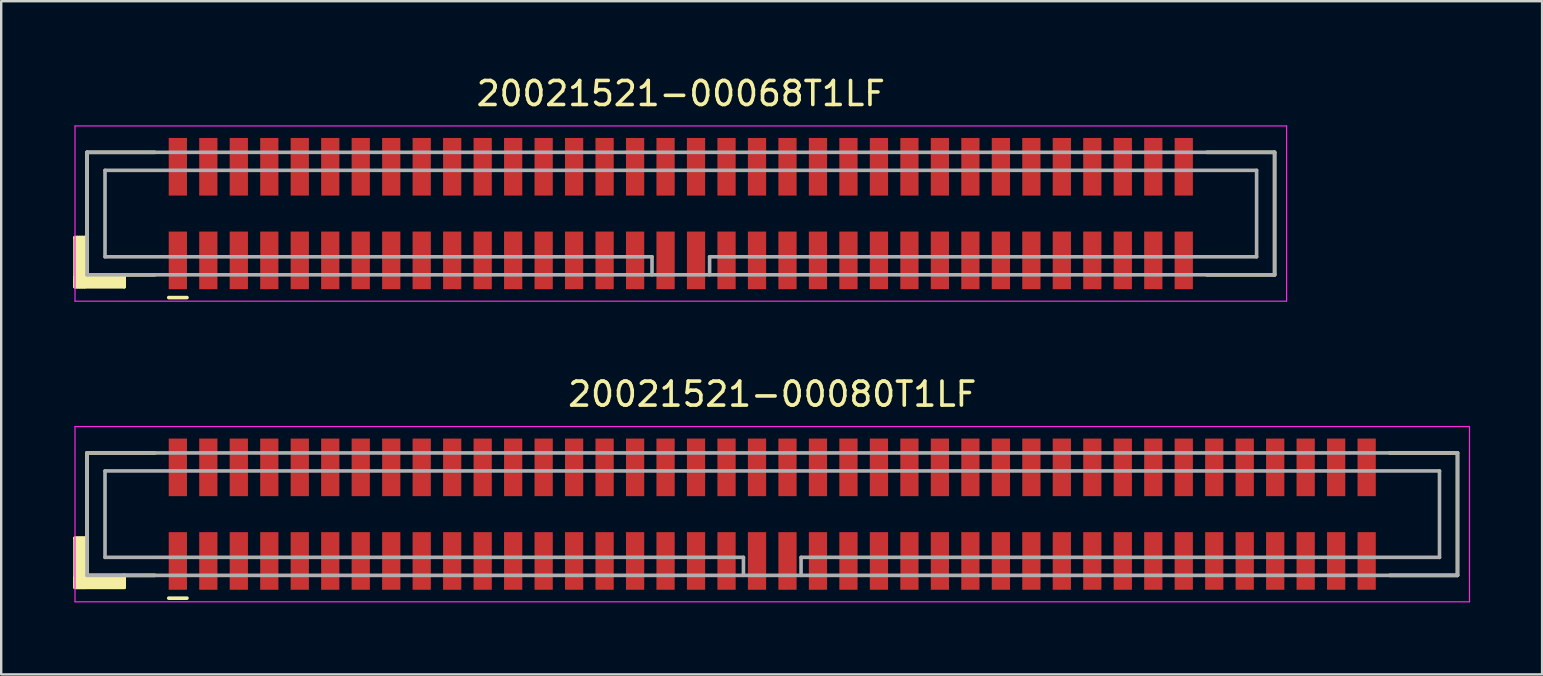
<source format=kicad_pcb>
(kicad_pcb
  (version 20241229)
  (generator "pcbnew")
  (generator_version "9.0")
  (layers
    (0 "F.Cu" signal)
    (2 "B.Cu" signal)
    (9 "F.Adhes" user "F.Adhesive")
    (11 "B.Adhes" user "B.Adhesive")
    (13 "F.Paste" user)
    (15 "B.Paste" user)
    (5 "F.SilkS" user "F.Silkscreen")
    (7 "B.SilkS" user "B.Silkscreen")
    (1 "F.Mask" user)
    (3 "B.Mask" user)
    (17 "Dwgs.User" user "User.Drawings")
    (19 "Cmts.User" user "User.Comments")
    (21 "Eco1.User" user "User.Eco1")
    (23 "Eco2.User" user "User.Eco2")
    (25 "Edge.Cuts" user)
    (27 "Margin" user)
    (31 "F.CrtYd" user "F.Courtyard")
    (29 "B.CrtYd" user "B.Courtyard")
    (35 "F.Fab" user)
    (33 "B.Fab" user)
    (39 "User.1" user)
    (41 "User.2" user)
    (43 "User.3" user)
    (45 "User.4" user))
  (footprint "20021521-00080T1LF"
    (layer "F.Cu")
    (at 29.125 18.372)
    (property "Reference" "20021521-00080T1LF" (at 0 -5 0) (layer "F.SilkS") (effects (font (size 1 1) (thickness 0.15))))
    (attr smd)
    (fp_line (start -29.05 1) (end -29.05 3.05) (stroke (width 0.15) (type solid)) (layer "F.SilkS"))
    (fp_line (start -29.05 1) (end -28.575 1) (stroke (width 0.15) (type solid)) (layer "F.SilkS"))
    (fp_line (start -29.05 2.65) (end -27 2.65) (stroke (width 0.15) (type solid)) (layer "F.SilkS"))
    (fp_line (start -29.05 2.75) (end -27 2.75) (stroke (width 0.15) (type solid)) (layer "F.SilkS"))
    (fp_line (start -29.05 2.85) (end -27 2.85) (stroke (width 0.15) (type solid)) (layer "F.SilkS"))
    (fp_line (start -29.05 2.95) (end -27 2.95) (stroke (width 0.15) (type solid)) (layer "F.SilkS"))
    (fp_line (start -29.05 3.05) (end -27 3.05) (stroke (width 0.15) (type solid)) (layer "F.SilkS"))
    (fp_line (start -28.95 1) (end -28.95 3.05) (stroke (width 0.15) (type solid)) (layer "F.SilkS"))
    (fp_line (start -28.85 1) (end -28.85 3.05) (stroke (width 0.15) (type solid)) (layer "F.SilkS"))
    (fp_line (start -28.75 1) (end -28.75 3.05) (stroke (width 0.15) (type solid)) (layer "F.SilkS"))
    (fp_line (start -28.65 1) (end -28.65 3.05) (stroke (width 0.15) (type solid)) (layer "F.SilkS"))
    (fp_line (start -28.55 -2.55) (end -28.55 2.55) (stroke (width 0.15) (type solid)) (layer "F.SilkS"))
    (fp_line (start -28.55 -2.55) (end -25.725 -2.55) (stroke (width 0.15) (type solid)) (layer "F.SilkS"))
    (fp_line (start -28.55 2.55) (end -25.725 2.55) (stroke (width 0.15) (type solid)) (layer "F.SilkS"))
    (fp_line (start -27 2.55) (end -27 3.05) (stroke (width 0.15) (type solid)) (layer "F.SilkS"))
    (fp_line (start -25.145 3.5) (end -24.385 3.5) (stroke (width 0.15) (type solid)) (layer "F.SilkS"))
    (fp_line (start 25.725 -2.55) (end 28.55 -2.55) (stroke (width 0.15) (type solid)) (layer "F.SilkS"))
    (fp_line (start 25.725 2.55) (end 28.55 2.55) (stroke (width 0.15) (type solid)) (layer "F.SilkS"))
    (fp_line (start 28.55 -2.55) (end 28.55 2.55) (stroke (width 0.15) (type solid)) (layer "F.SilkS"))
    (fp_line (start -29.05 -3.65) (end -29.05 3.65) (stroke (width 0.05) (type solid)) (layer "F.CrtYd"))
    (fp_line (start -29.05 -3.65) (end 29.05 -3.65) (stroke (width 0.05) (type solid)) (layer "F.CrtYd"))
    (fp_line (start -29.05 3.65) (end 29.05 3.65) (stroke (width 0.05) (type solid)) (layer "F.CrtYd"))
    (fp_line (start 29.05 -3.65) (end 29.05 3.65) (stroke (width 0.05) (type solid)) (layer "F.CrtYd"))
    (fp_line (start -28.55 -2.55) (end -28.55 2.55) (stroke (width 0.15) (type solid)) (layer "F.Fab"))
    (fp_line (start -28.55 -2.55) (end 28.55 -2.55) (stroke (width 0.15) (type solid)) (layer "F.Fab"))
    (fp_line (start -28.55 2.55) (end 28.55 2.55) (stroke (width 0.15) (type solid)) (layer "F.Fab"))
    (fp_line (start -27.8 -1.8) (end -27.8 1.8) (stroke (width 0.15) (type solid)) (layer "F.Fab"))
    (fp_line (start -27.8 -1.8) (end 27.8 -1.8) (stroke (width 0.15) (type solid)) (layer "F.Fab"))
    (fp_line (start -27.8 1.8) (end -1.2 1.8) (stroke (width 0.15) (type solid)) (layer "F.Fab"))
    (fp_line (start -1.2 1.8) (end -1.2 2.55) (stroke (width 0.15) (type solid)) (layer "F.Fab"))
    (fp_line (start 1.2 1.8) (end 1.2 2.55) (stroke (width 0.15) (type solid)) (layer "F.Fab"))
    (fp_line (start 1.2 1.8) (end 27.8 1.8) (stroke (width 0.15) (type solid)) (layer "F.Fab"))
    (fp_line (start 27.8 -1.8) (end 27.8 1.8) (stroke (width 0.15) (type solid)) (layer "F.Fab"))
    (fp_line (start 28.55 -2.55) (end 28.55 2.55) (stroke (width 0.15) (type solid)) (layer "F.Fab"))
    (pad "1" smd rect (at -24.765 1.95) (size 0.76 2.4) (layers "F.Cu" "F.Mask" "F.Paste"))
    (pad "2" smd rect (at -24.765 -1.95) (size 0.76 2.4) (layers "F.Cu" "F.Mask" "F.Paste"))
    (pad "3" smd rect (at -23.495 1.95) (size 0.76 2.4) (layers "F.Cu" "F.Mask" "F.Paste"))
    (pad "4" smd rect (at -23.495 -1.95) (size 0.76 2.4) (layers "F.Cu" "F.Mask" "F.Paste"))
    (pad "5" smd rect (at -22.225 1.95) (size 0.76 2.4) (layers "F.Cu" "F.Mask" "F.Paste"))
    (pad "6" smd rect (at -22.225 -1.95) (size 0.76 2.4) (layers "F.Cu" "F.Mask" "F.Paste"))
    (pad "7" smd rect (at -20.955 1.95) (size 0.76 2.4) (layers "F.Cu" "F.Mask" "F.Paste"))
    (pad "8" smd rect (at -20.955 -1.95) (size 0.76 2.4) (layers "F.Cu" "F.Mask" "F.Paste"))
    (pad "9" smd rect (at -19.685 1.95) (size 0.76 2.4) (layers "F.Cu" "F.Mask" "F.Paste"))
    (pad "10" smd rect (at -19.685 -1.95) (size 0.76 2.4) (layers "F.Cu" "F.Mask" "F.Paste"))
    (pad "11" smd rect (at -18.415 1.95) (size 0.76 2.4) (layers "F.Cu" "F.Mask" "F.Paste"))
    (pad "12" smd rect (at -18.415 -1.95) (size 0.76 2.4) (layers "F.Cu" "F.Mask" "F.Paste"))
    (pad "13" smd rect (at -17.145 1.95) (size 0.76 2.4) (layers "F.Cu" "F.Mask" "F.Paste"))
    (pad "14" smd rect (at -17.145 -1.95) (size 0.76 2.4) (layers "F.Cu" "F.Mask" "F.Paste"))
    (pad "15" smd rect (at -15.875 1.95) (size 0.76 2.4) (layers "F.Cu" "F.Mask" "F.Paste"))
    (pad "16" smd rect (at -15.875 -1.95) (size 0.76 2.4) (layers "F.Cu" "F.Mask" "F.Paste"))
    (pad "17" smd rect (at -14.605 1.95) (size 0.76 2.4) (layers "F.Cu" "F.Mask" "F.Paste"))
    (pad "18" smd rect (at -14.605 -1.95) (size 0.76 2.4) (layers "F.Cu" "F.Mask" "F.Paste"))
    (pad "19" smd rect (at -13.335 1.95) (size 0.76 2.4) (layers "F.Cu" "F.Mask" "F.Paste"))
    (pad "20" smd rect (at -13.335 -1.95) (size 0.76 2.4) (layers "F.Cu" "F.Mask" "F.Paste"))
    (pad "21" smd rect (at -12.065 1.95) (size 0.76 2.4) (layers "F.Cu" "F.Mask" "F.Paste"))
    (pad "22" smd rect (at -12.065 -1.95) (size 0.76 2.4) (layers "F.Cu" "F.Mask" "F.Paste"))
    (pad "23" smd rect (at -10.795 1.95) (size 0.76 2.4) (layers "F.Cu" "F.Mask" "F.Paste"))
    (pad "24" smd rect (at -10.795 -1.95) (size 0.76 2.4) (layers "F.Cu" "F.Mask" "F.Paste"))
    (pad "25" smd rect (at -9.525 1.95) (size 0.76 2.4) (layers "F.Cu" "F.Mask" "F.Paste"))
    (pad "26" smd rect (at -9.525 -1.95) (size 0.76 2.4) (layers "F.Cu" "F.Mask" "F.Paste"))
    (pad "27" smd rect (at -8.255 1.95) (size 0.76 2.4) (layers "F.Cu" "F.Mask" "F.Paste"))
    (pad "28" smd rect (at -8.255 -1.95) (size 0.76 2.4) (layers "F.Cu" "F.Mask" "F.Paste"))
    (pad "29" smd rect (at -6.985 1.95) (size 0.76 2.4) (layers "F.Cu" "F.Mask" "F.Paste"))
    (pad "30" smd rect (at -6.985 -1.95) (size 0.76 2.4) (layers "F.Cu" "F.Mask" "F.Paste"))
    (pad "31" smd rect (at -5.715 1.95) (size 0.76 2.4) (layers "F.Cu" "F.Mask" "F.Paste"))
    (pad "32" smd rect (at -5.715 -1.95) (size 0.76 2.4) (layers "F.Cu" "F.Mask" "F.Paste"))
    (pad "33" smd rect (at -4.445 1.95) (size 0.76 2.4) (layers "F.Cu" "F.Mask" "F.Paste"))
    (pad "34" smd rect (at -4.445 -1.95) (size 0.76 2.4) (layers "F.Cu" "F.Mask" "F.Paste"))
    (pad "35" smd rect (at -3.175 1.95) (size 0.76 2.4) (layers "F.Cu" "F.Mask" "F.Paste"))
    (pad "36" smd rect (at -3.175 -1.95) (size 0.76 2.4) (layers "F.Cu" "F.Mask" "F.Paste"))
    (pad "37" smd rect (at -1.905 1.95) (size 0.76 2.4) (layers "F.Cu" "F.Mask" "F.Paste"))
    (pad "38" smd rect (at -1.905 -1.95) (size 0.76 2.4) (layers "F.Cu" "F.Mask" "F.Paste"))
    (pad "39" smd rect (at -0.635 1.95) (size 0.76 2.4) (layers "F.Cu" "F.Mask" "F.Paste"))
    (pad "40" smd rect (at -0.635 -1.95) (size 0.76 2.4) (layers "F.Cu" "F.Mask" "F.Paste"))
    (pad "41" smd rect (at 0.635 1.95) (size 0.76 2.4) (layers "F.Cu" "F.Mask" "F.Paste"))
    (pad "42" smd rect (at 0.635 -1.95) (size 0.76 2.4) (layers "F.Cu" "F.Mask" "F.Paste"))
    (pad "43" smd rect (at 1.905 1.95) (size 0.76 2.4) (layers "F.Cu" "F.Mask" "F.Paste"))
    (pad "44" smd rect (at 1.905 -1.95) (size 0.76 2.4) (layers "F.Cu" "F.Mask" "F.Paste"))
    (pad "45" smd rect (at 3.175 1.95) (size 0.76 2.4) (layers "F.Cu" "F.Mask" "F.Paste"))
    (pad "46" smd rect (at 3.175 -1.95) (size 0.76 2.4) (layers "F.Cu" "F.Mask" "F.Paste"))
    (pad "47" smd rect (at 4.445 1.95) (size 0.76 2.4) (layers "F.Cu" "F.Mask" "F.Paste"))
    (pad "48" smd rect (at 4.445 -1.95) (size 0.76 2.4) (layers "F.Cu" "F.Mask" "F.Paste"))
    (pad "49" smd rect (at 5.715 1.95) (size 0.76 2.4) (layers "F.Cu" "F.Mask" "F.Paste"))
    (pad "50" smd rect (at 5.715 -1.95) (size 0.76 2.4) (layers "F.Cu" "F.Mask" "F.Paste"))
    (pad "51" smd rect (at 6.985 1.95) (size 0.76 2.4) (layers "F.Cu" "F.Mask" "F.Paste"))
    (pad "52" smd rect (at 6.985 -1.95) (size 0.76 2.4) (layers "F.Cu" "F.Mask" "F.Paste"))
    (pad "53" smd rect (at 8.255 1.95) (size 0.76 2.4) (layers "F.Cu" "F.Mask" "F.Paste"))
    (pad "54" smd rect (at 8.255 -1.95) (size 0.76 2.4) (layers "F.Cu" "F.Mask" "F.Paste"))
    (pad "55" smd rect (at 9.525 1.95) (size 0.76 2.4) (layers "F.Cu" "F.Mask" "F.Paste"))
    (pad "56" smd rect (at 9.525 -1.95) (size 0.76 2.4) (layers "F.Cu" "F.Mask" "F.Paste"))
    (pad "57" smd rect (at 10.795 1.95) (size 0.76 2.4) (layers "F.Cu" "F.Mask" "F.Paste"))
    (pad "58" smd rect (at 10.795 -1.95) (size 0.76 2.4) (layers "F.Cu" "F.Mask" "F.Paste"))
    (pad "59" smd rect (at 12.065 1.95) (size 0.76 2.4) (layers "F.Cu" "F.Mask" "F.Paste"))
    (pad "60" smd rect (at 12.065 -1.95) (size 0.76 2.4) (layers "F.Cu" "F.Mask" "F.Paste"))
    (pad "61" smd rect (at 13.335 1.95) (size 0.76 2.4) (layers "F.Cu" "F.Mask" "F.Paste"))
    (pad "62" smd rect (at 13.335 -1.95) (size 0.76 2.4) (layers "F.Cu" "F.Mask" "F.Paste"))
    (pad "63" smd rect (at 14.605 1.95) (size 0.76 2.4) (layers "F.Cu" "F.Mask" "F.Paste"))
    (pad "64" smd rect (at 14.605 -1.95) (size 0.76 2.4) (layers "F.Cu" "F.Mask" "F.Paste"))
    (pad "65" smd rect (at 15.875 1.95) (size 0.76 2.4) (layers "F.Cu" "F.Mask" "F.Paste"))
    (pad "66" smd rect (at 15.875 -1.95) (size 0.76 2.4) (layers "F.Cu" "F.Mask" "F.Paste"))
    (pad "67" smd rect (at 17.145 1.95) (size 0.76 2.4) (layers "F.Cu" "F.Mask" "F.Paste"))
    (pad "68" smd rect (at 17.145 -1.95) (size 0.76 2.4) (layers "F.Cu" "F.Mask" "F.Paste"))
    (pad "69" smd rect (at 18.415 1.95) (size 0.76 2.4) (layers "F.Cu" "F.Mask" "F.Paste"))
    (pad "70" smd rect (at 18.415 -1.95) (size 0.76 2.4) (layers "F.Cu" "F.Mask" "F.Paste"))
    (pad "71" smd rect (at 19.685 1.95) (size 0.76 2.4) (layers "F.Cu" "F.Mask" "F.Paste"))
    (pad "72" smd rect (at 19.685 -1.95) (size 0.76 2.4) (layers "F.Cu" "F.Mask" "F.Paste"))
    (pad "73" smd rect (at 20.955 1.95) (size 0.76 2.4) (layers "F.Cu" "F.Mask" "F.Paste"))
    (pad "74" smd rect (at 20.955 -1.95) (size 0.76 2.4) (layers "F.Cu" "F.Mask" "F.Paste"))
    (pad "75" smd rect (at 22.225 1.95) (size 0.76 2.4) (layers "F.Cu" "F.Mask" "F.Paste"))
    (pad "76" smd rect (at 22.225 -1.95) (size 0.76 2.4) (layers "F.Cu" "F.Mask" "F.Paste"))
    (pad "77" smd rect (at 23.495 1.95) (size 0.76 2.4) (layers "F.Cu" "F.Mask" "F.Paste"))
    (pad "78" smd rect (at 23.495 -1.95) (size 0.76 2.4) (layers "F.Cu" "F.Mask" "F.Paste"))
    (pad "79" smd rect (at 24.765 1.95) (size 0.76 2.4) (layers "F.Cu" "F.Mask" "F.Paste"))
    (pad "80" smd rect (at 24.765 -1.95) (size 0.76 2.4) (layers "F.Cu" "F.Mask" "F.Paste")))
  (footprint "20021521-00068T1LF"
    (layer "F.Cu")
    (at 25.315 5.848)
    (property "Reference" "20021521-00068T1LF" (at 0 -5 0) (layer "F.SilkS") (effects (font (size 1 1) (thickness 0.15))))
    (attr smd)
    (fp_line (start -25.24 1) (end -25.24 3.05) (stroke (width 0.15) (type solid)) (layer "F.SilkS"))
    (fp_line (start -25.24 1) (end -24.765 1) (stroke (width 0.15) (type solid)) (layer "F.SilkS"))
    (fp_line (start -25.24 2.65) (end -23.19 2.65) (stroke (width 0.15) (type solid)) (layer "F.SilkS"))
    (fp_line (start -25.24 2.75) (end -23.19 2.75) (stroke (width 0.15) (type solid)) (layer "F.SilkS"))
    (fp_line (start -25.24 2.85) (end -23.19 2.85) (stroke (width 0.15) (type solid)) (layer "F.SilkS"))
    (fp_line (start -25.24 2.95) (end -23.19 2.95) (stroke (width 0.15) (type solid)) (layer "F.SilkS"))
    (fp_line (start -25.24 3.05) (end -23.19 3.05) (stroke (width 0.15) (type solid)) (layer "F.SilkS"))
    (fp_line (start -25.14 1) (end -25.14 3.05) (stroke (width 0.15) (type solid)) (layer "F.SilkS"))
    (fp_line (start -25.04 1) (end -25.04 3.05) (stroke (width 0.15) (type solid)) (layer "F.SilkS"))
    (fp_line (start -24.94 1) (end -24.94 3.05) (stroke (width 0.15) (type solid)) (layer "F.SilkS"))
    (fp_line (start -24.84 1) (end -24.84 3.05) (stroke (width 0.15) (type solid)) (layer "F.SilkS"))
    (fp_line (start -24.74 -2.55) (end -24.74 2.55) (stroke (width 0.15) (type solid)) (layer "F.SilkS"))
    (fp_line (start -24.74 -2.55) (end -21.915 -2.55) (stroke (width 0.15) (type solid)) (layer "F.SilkS"))
    (fp_line (start -24.74 2.55) (end -21.915 2.55) (stroke (width 0.15) (type solid)) (layer "F.SilkS"))
    (fp_line (start -23.19 2.55) (end -23.19 3.05) (stroke (width 0.15) (type solid)) (layer "F.SilkS"))
    (fp_line (start -21.335 3.5) (end -20.575 3.5) (stroke (width 0.15) (type solid)) (layer "F.SilkS"))
    (fp_line (start 21.915 -2.55) (end 24.74 -2.55) (stroke (width 0.15) (type solid)) (layer "F.SilkS"))
    (fp_line (start 21.915 2.55) (end 24.74 2.55) (stroke (width 0.15) (type solid)) (layer "F.SilkS"))
    (fp_line (start 24.74 -2.55) (end 24.74 2.55) (stroke (width 0.15) (type solid)) (layer "F.SilkS"))
    (fp_line (start -25.24 -3.65) (end -25.24 3.65) (stroke (width 0.05) (type solid)) (layer "F.CrtYd"))
    (fp_line (start -25.24 -3.65) (end 25.24 -3.65) (stroke (width 0.05) (type solid)) (layer "F.CrtYd"))
    (fp_line (start -25.24 3.65) (end 25.24 3.65) (stroke (width 0.05) (type solid)) (layer "F.CrtYd"))
    (fp_line (start 25.24 -3.65) (end 25.24 3.65) (stroke (width 0.05) (type solid)) (layer "F.CrtYd"))
    (fp_line (start -24.74 -2.55) (end -24.74 2.55) (stroke (width 0.15) (type solid)) (layer "F.Fab"))
    (fp_line (start -24.74 -2.55) (end 24.74 -2.55) (stroke (width 0.15) (type solid)) (layer "F.Fab"))
    (fp_line (start -24.74 2.55) (end 24.74 2.55) (stroke (width 0.15) (type solid)) (layer "F.Fab"))
    (fp_line (start -23.99 -1.8) (end -23.99 1.8) (stroke (width 0.15) (type solid)) (layer "F.Fab"))
    (fp_line (start -23.99 -1.8) (end 23.99 -1.8) (stroke (width 0.15) (type solid)) (layer "F.Fab"))
    (fp_line (start -23.99 1.8) (end -1.2 1.8) (stroke (width 0.15) (type solid)) (layer "F.Fab"))
    (fp_line (start -1.2 1.8) (end -1.2 2.55) (stroke (width 0.15) (type solid)) (layer "F.Fab"))
    (fp_line (start 1.2 1.8) (end 1.2 2.55) (stroke (width 0.15) (type solid)) (layer "F.Fab"))
    (fp_line (start 1.2 1.8) (end 23.99 1.8) (stroke (width 0.15) (type solid)) (layer "F.Fab"))
    (fp_line (start 23.99 -1.8) (end 23.99 1.8) (stroke (width 0.15) (type solid)) (layer "F.Fab"))
    (fp_line (start 24.74 -2.55) (end 24.74 2.55) (stroke (width 0.15) (type solid)) (layer "F.Fab"))
    (pad "1" smd rect (at -20.955 1.95) (size 0.76 2.4) (layers "F.Cu" "F.Mask" "F.Paste"))
    (pad "2" smd rect (at -20.955 -1.95) (size 0.76 2.4) (layers "F.Cu" "F.Mask" "F.Paste"))
    (pad "3" smd rect (at -19.685 1.95) (size 0.76 2.4) (layers "F.Cu" "F.Mask" "F.Paste"))
    (pad "4" smd rect (at -19.685 -1.95) (size 0.76 2.4) (layers "F.Cu" "F.Mask" "F.Paste"))
    (pad "5" smd rect (at -18.415 1.95) (size 0.76 2.4) (layers "F.Cu" "F.Mask" "F.Paste"))
    (pad "6" smd rect (at -18.415 -1.95) (size 0.76 2.4) (layers "F.Cu" "F.Mask" "F.Paste"))
    (pad "7" smd rect (at -17.145 1.95) (size 0.76 2.4) (layers "F.Cu" "F.Mask" "F.Paste"))
    (pad "8" smd rect (at -17.145 -1.95) (size 0.76 2.4) (layers "F.Cu" "F.Mask" "F.Paste"))
    (pad "9" smd rect (at -15.875 1.95) (size 0.76 2.4) (layers "F.Cu" "F.Mask" "F.Paste"))
    (pad "10" smd rect (at -15.875 -1.95) (size 0.76 2.4) (layers "F.Cu" "F.Mask" "F.Paste"))
    (pad "11" smd rect (at -14.605 1.95) (size 0.76 2.4) (layers "F.Cu" "F.Mask" "F.Paste"))
    (pad "12" smd rect (at -14.605 -1.95) (size 0.76 2.4) (layers "F.Cu" "F.Mask" "F.Paste"))
    (pad "13" smd rect (at -13.335 1.95) (size 0.76 2.4) (layers "F.Cu" "F.Mask" "F.Paste"))
    (pad "14" smd rect (at -13.335 -1.95) (size 0.76 2.4) (layers "F.Cu" "F.Mask" "F.Paste"))
    (pad "15" smd rect (at -12.065 1.95) (size 0.76 2.4) (layers "F.Cu" "F.Mask" "F.Paste"))
    (pad "16" smd rect (at -12.065 -1.95) (size 0.76 2.4) (layers "F.Cu" "F.Mask" "F.Paste"))
    (pad "17" smd rect (at -10.795 1.95) (size 0.76 2.4) (layers "F.Cu" "F.Mask" "F.Paste"))
    (pad "18" smd rect (at -10.795 -1.95) (size 0.76 2.4) (layers "F.Cu" "F.Mask" "F.Paste"))
    (pad "19" smd rect (at -9.525 1.95) (size 0.76 2.4) (layers "F.Cu" "F.Mask" "F.Paste"))
    (pad "20" smd rect (at -9.525 -1.95) (size 0.76 2.4) (layers "F.Cu" "F.Mask" "F.Paste"))
    (pad "21" smd rect (at -8.255 1.95) (size 0.76 2.4) (layers "F.Cu" "F.Mask" "F.Paste"))
    (pad "22" smd rect (at -8.255 -1.95) (size 0.76 2.4) (layers "F.Cu" "F.Mask" "F.Paste"))
    (pad "23" smd rect (at -6.985 1.95) (size 0.76 2.4) (layers "F.Cu" "F.Mask" "F.Paste"))
    (pad "24" smd rect (at -6.985 -1.95) (size 0.76 2.4) (layers "F.Cu" "F.Mask" "F.Paste"))
    (pad "25" smd rect (at -5.715 1.95) (size 0.76 2.4) (layers "F.Cu" "F.Mask" "F.Paste"))
    (pad "26" smd rect (at -5.715 -1.95) (size 0.76 2.4) (layers "F.Cu" "F.Mask" "F.Paste"))
    (pad "27" smd rect (at -4.445 1.95) (size 0.76 2.4) (layers "F.Cu" "F.Mask" "F.Paste"))
    (pad "28" smd rect (at -4.445 -1.95) (size 0.76 2.4) (layers "F.Cu" "F.Mask" "F.Paste"))
    (pad "29" smd rect (at -3.175 1.95) (size 0.76 2.4) (layers "F.Cu" "F.Mask" "F.Paste"))
    (pad "30" smd rect (at -3.175 -1.95) (size 0.76 2.4) (layers "F.Cu" "F.Mask" "F.Paste"))
    (pad "31" smd rect (at -1.905 1.95) (size 0.76 2.4) (layers "F.Cu" "F.Mask" "F.Paste"))
    (pad "32" smd rect (at -1.905 -1.95) (size 0.76 2.4) (layers "F.Cu" "F.Mask" "F.Paste"))
    (pad "33" smd rect (at -0.635 1.95) (size 0.76 2.4) (layers "F.Cu" "F.Mask" "F.Paste"))
    (pad "34" smd rect (at -0.635 -1.95) (size 0.76 2.4) (layers "F.Cu" "F.Mask" "F.Paste"))
    (pad "35" smd rect (at 0.635 1.95) (size 0.76 2.4) (layers "F.Cu" "F.Mask" "F.Paste"))
    (pad "36" smd rect (at 0.635 -1.95) (size 0.76 2.4) (layers "F.Cu" "F.Mask" "F.Paste"))
    (pad "37" smd rect (at 1.905 1.95) (size 0.76 2.4) (layers "F.Cu" "F.Mask" "F.Paste"))
    (pad "38" smd rect (at 1.905 -1.95) (size 0.76 2.4) (layers "F.Cu" "F.Mask" "F.Paste"))
    (pad "39" smd rect (at 3.175 1.95) (size 0.76 2.4) (layers "F.Cu" "F.Mask" "F.Paste"))
    (pad "40" smd rect (at 3.175 -1.95) (size 0.76 2.4) (layers "F.Cu" "F.Mask" "F.Paste"))
    (pad "41" smd rect (at 4.445 1.95) (size 0.76 2.4) (layers "F.Cu" "F.Mask" "F.Paste"))
    (pad "42" smd rect (at 4.445 -1.95) (size 0.76 2.4) (layers "F.Cu" "F.Mask" "F.Paste"))
    (pad "43" smd rect (at 5.715 1.95) (size 0.76 2.4) (layers "F.Cu" "F.Mask" "F.Paste"))
    (pad "44" smd rect (at 5.715 -1.95) (size 0.76 2.4) (layers "F.Cu" "F.Mask" "F.Paste"))
    (pad "45" smd rect (at 6.985 1.95) (size 0.76 2.4) (layers "F.Cu" "F.Mask" "F.Paste"))
    (pad "46" smd rect (at 6.985 -1.95) (size 0.76 2.4) (layers "F.Cu" "F.Mask" "F.Paste"))
    (pad "47" smd rect (at 8.255 1.95) (size 0.76 2.4) (layers "F.Cu" "F.Mask" "F.Paste"))
    (pad "48" smd rect (at 8.255 -1.95) (size 0.76 2.4) (layers "F.Cu" "F.Mask" "F.Paste"))
    (pad "49" smd rect (at 9.525 1.95) (size 0.76 2.4) (layers "F.Cu" "F.Mask" "F.Paste"))
    (pad "50" smd rect (at 9.525 -1.95) (size 0.76 2.4) (layers "F.Cu" "F.Mask" "F.Paste"))
    (pad "51" smd rect (at 10.795 1.95) (size 0.76 2.4) (layers "F.Cu" "F.Mask" "F.Paste"))
    (pad "52" smd rect (at 10.795 -1.95) (size 0.76 2.4) (layers "F.Cu" "F.Mask" "F.Paste"))
    (pad "53" smd rect (at 12.065 1.95) (size 0.76 2.4) (layers "F.Cu" "F.Mask" "F.Paste"))
    (pad "54" smd rect (at 12.065 -1.95) (size 0.76 2.4) (layers "F.Cu" "F.Mask" "F.Paste"))
    (pad "55" smd rect (at 13.335 1.95) (size 0.76 2.4) (layers "F.Cu" "F.Mask" "F.Paste"))
    (pad "56" smd rect (at 13.335 -1.95) (size 0.76 2.4) (layers "F.Cu" "F.Mask" "F.Paste"))
    (pad "57" smd rect (at 14.605 1.95) (size 0.76 2.4) (layers "F.Cu" "F.Mask" "F.Paste"))
    (pad "58" smd rect (at 14.605 -1.95) (size 0.76 2.4) (layers "F.Cu" "F.Mask" "F.Paste"))
    (pad "59" smd rect (at 15.875 1.95) (size 0.76 2.4) (layers "F.Cu" "F.Mask" "F.Paste"))
    (pad "60" smd rect (at 15.875 -1.95) (size 0.76 2.4) (layers "F.Cu" "F.Mask" "F.Paste"))
    (pad "61" smd rect (at 17.145 1.95) (size 0.76 2.4) (layers "F.Cu" "F.Mask" "F.Paste"))
    (pad "62" smd rect (at 17.145 -1.95) (size 0.76 2.4) (layers "F.Cu" "F.Mask" "F.Paste"))
    (pad "63" smd rect (at 18.415 1.95) (size 0.76 2.4) (layers "F.Cu" "F.Mask" "F.Paste"))
    (pad "64" smd rect (at 18.415 -1.95) (size 0.76 2.4) (layers "F.Cu" "F.Mask" "F.Paste"))
    (pad "65" smd rect (at 19.685 1.95) (size 0.76 2.4) (layers "F.Cu" "F.Mask" "F.Paste"))
    (pad "66" smd rect (at 19.685 -1.95) (size 0.76 2.4) (layers "F.Cu" "F.Mask" "F.Paste"))
    (pad "67" smd rect (at 20.955 1.95) (size 0.76 2.4) (layers "F.Cu" "F.Mask" "F.Paste"))
    (pad "68" smd rect (at 20.955 -1.95) (size 0.76 2.4) (layers "F.Cu" "F.Mask" "F.Paste")))
  (gr_rect
    (start -3 -3)
    (end 61.2 25.047)
    (stroke (width 0.1) (type default))
    (fill no)
    (layer "Edge.Cuts")))
</source>
